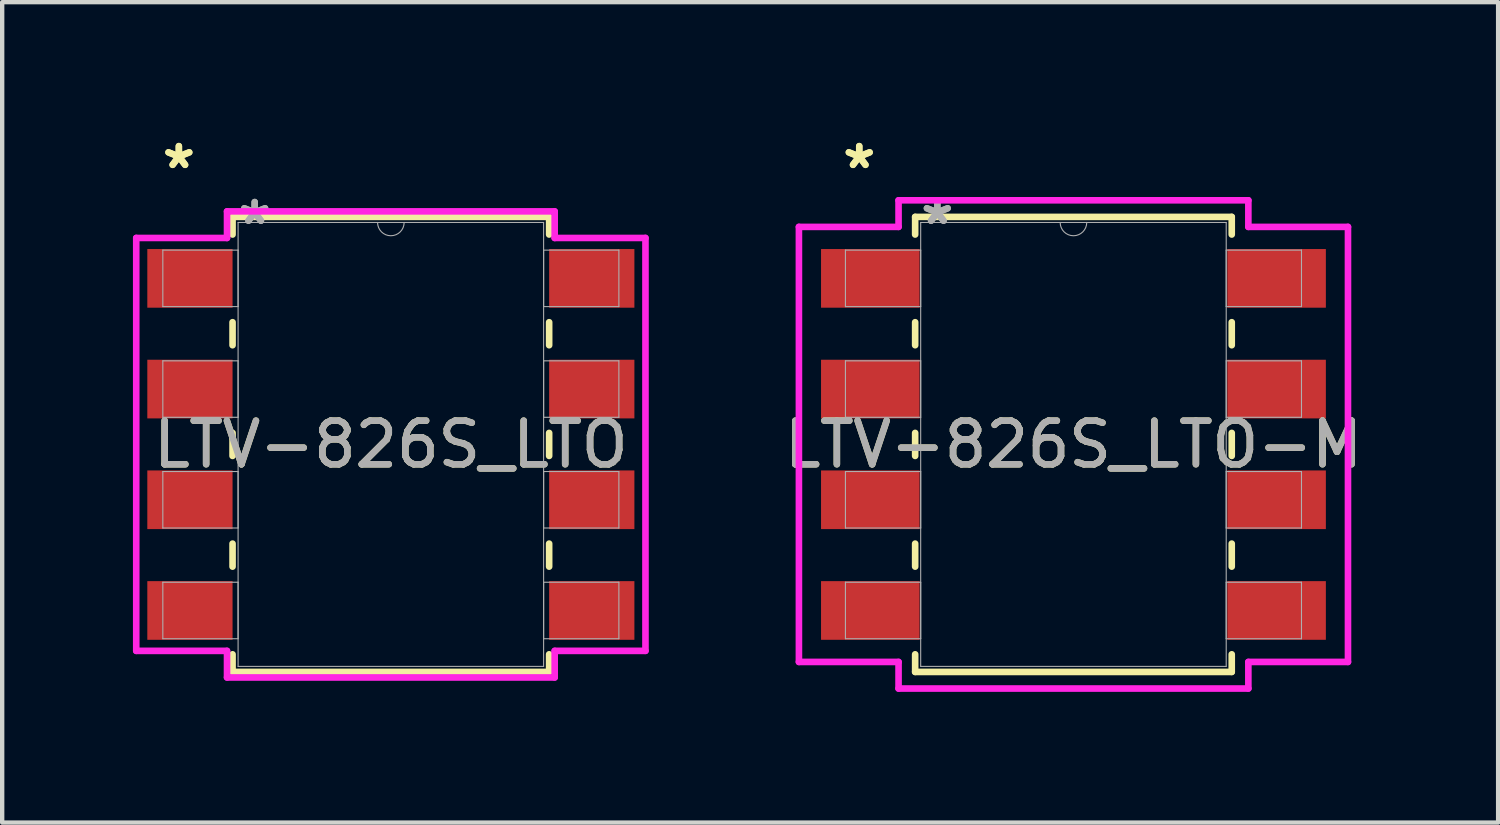
<source format=kicad_pcb>
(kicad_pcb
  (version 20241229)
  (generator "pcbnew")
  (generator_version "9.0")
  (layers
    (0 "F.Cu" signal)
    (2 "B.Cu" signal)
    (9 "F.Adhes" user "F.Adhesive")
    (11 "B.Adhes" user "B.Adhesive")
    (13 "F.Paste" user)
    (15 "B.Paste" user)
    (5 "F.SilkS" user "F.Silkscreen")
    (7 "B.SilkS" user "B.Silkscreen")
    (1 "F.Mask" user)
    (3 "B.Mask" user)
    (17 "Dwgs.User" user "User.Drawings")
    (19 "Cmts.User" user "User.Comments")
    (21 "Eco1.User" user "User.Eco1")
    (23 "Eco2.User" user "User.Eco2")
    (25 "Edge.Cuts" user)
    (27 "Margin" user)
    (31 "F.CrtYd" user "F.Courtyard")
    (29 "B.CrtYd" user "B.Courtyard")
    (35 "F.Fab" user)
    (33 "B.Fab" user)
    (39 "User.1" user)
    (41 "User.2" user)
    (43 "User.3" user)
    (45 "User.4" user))
  (footprint "LTV-826S_LTO-M"
    (layer "F.Cu")
    (at 21.58 7.147)
    (property "Reference" "LTV-826S_LTO-M" (at 0 0 0) (unlocked yes) (layer "F.SilkS") (effects (font (size 1 1) (thickness 0.15))))
    (attr smd)
    (fp_line (start -3.632 -5.22) (end -3.632 -4.816) (stroke (width 0.152) (type solid)) (layer "F.SilkS"))
    (fp_line (start -3.632 -2.804) (end -3.632 -2.276) (stroke (width 0.152) (type solid)) (layer "F.SilkS"))
    (fp_line (start -3.632 -0.264) (end -3.632 0.264) (stroke (width 0.152) (type solid)) (layer "F.SilkS"))
    (fp_line (start -3.632 2.276) (end -3.632 2.804) (stroke (width 0.152) (type solid)) (layer "F.SilkS"))
    (fp_line (start -3.632 4.816) (end -3.632 5.22) (stroke (width 0.152) (type solid)) (layer "F.SilkS"))
    (fp_line (start -3.632 5.22) (end 3.632 5.22) (stroke (width 0.152) (type solid)) (layer "F.SilkS"))
    (fp_line (start 3.632 -5.22) (end -3.632 -5.22) (stroke (width 0.152) (type solid)) (layer "F.SilkS"))
    (fp_line (start 3.632 -4.816) (end 3.632 -5.22) (stroke (width 0.152) (type solid)) (layer "F.SilkS"))
    (fp_line (start 3.632 -2.276) (end 3.632 -2.804) (stroke (width 0.152) (type solid)) (layer "F.SilkS"))
    (fp_line (start 3.632 0.264) (end 3.632 -0.264) (stroke (width 0.152) (type solid)) (layer "F.SilkS"))
    (fp_line (start 3.632 2.804) (end 3.632 2.276) (stroke (width 0.152) (type solid)) (layer "F.SilkS"))
    (fp_line (start 3.632 5.22) (end 3.632 4.816) (stroke (width 0.152) (type solid)) (layer "F.SilkS"))
    (fp_line (start -6.299 -4.991) (end -4.013 -4.991) (stroke (width 0.152) (type solid)) (layer "F.CrtYd"))
    (fp_line (start -6.299 4.991) (end -6.299 -4.991) (stroke (width 0.152) (type solid)) (layer "F.CrtYd"))
    (fp_line (start -6.299 4.991) (end -4.013 4.991) (stroke (width 0.152) (type solid)) (layer "F.CrtYd"))
    (fp_line (start -4.013 -5.601) (end 4.013 -5.601) (stroke (width 0.152) (type solid)) (layer "F.CrtYd"))
    (fp_line (start -4.013 -4.991) (end -4.013 -5.601) (stroke (width 0.152) (type solid)) (layer "F.CrtYd"))
    (fp_line (start -4.013 5.601) (end -4.013 4.991) (stroke (width 0.152) (type solid)) (layer "F.CrtYd"))
    (fp_line (start 4.013 -5.601) (end 4.013 -4.991) (stroke (width 0.152) (type solid)) (layer "F.CrtYd"))
    (fp_line (start 4.013 4.991) (end 4.013 5.601) (stroke (width 0.152) (type solid)) (layer "F.CrtYd"))
    (fp_line (start 4.013 5.601) (end -4.013 5.601) (stroke (width 0.152) (type solid)) (layer "F.CrtYd"))
    (fp_line (start 6.299 -4.991) (end 4.013 -4.991) (stroke (width 0.152) (type solid)) (layer "F.CrtYd"))
    (fp_line (start 6.299 -4.991) (end 6.299 4.991) (stroke (width 0.152) (type solid)) (layer "F.CrtYd"))
    (fp_line (start 6.299 4.991) (end 4.013 4.991) (stroke (width 0.152) (type solid)) (layer "F.CrtYd"))
    (fp_line (start -5.232 -4.458) (end -5.232 -3.162) (stroke (width 0.025) (type solid)) (layer "F.Fab"))
    (fp_line (start -5.232 -3.162) (end -3.505 -3.162) (stroke (width 0.025) (type solid)) (layer "F.Fab"))
    (fp_line (start -5.232 -1.918) (end -5.232 -0.622) (stroke (width 0.025) (type solid)) (layer "F.Fab"))
    (fp_line (start -5.232 -0.622) (end -3.505 -0.622) (stroke (width 0.025) (type solid)) (layer "F.Fab"))
    (fp_line (start -5.232 0.622) (end -5.232 1.918) (stroke (width 0.025) (type solid)) (layer "F.Fab"))
    (fp_line (start -5.232 1.918) (end -3.505 1.918) (stroke (width 0.025) (type solid)) (layer "F.Fab"))
    (fp_line (start -5.232 3.162) (end -5.232 4.458) (stroke (width 0.025) (type solid)) (layer "F.Fab"))
    (fp_line (start -5.232 4.458) (end -3.505 4.458) (stroke (width 0.025) (type solid)) (layer "F.Fab"))
    (fp_line (start -3.505 -5.093) (end -3.505 5.093) (stroke (width 0.025) (type solid)) (layer "F.Fab"))
    (fp_line (start -3.505 -4.458) (end -5.232 -4.458) (stroke (width 0.025) (type solid)) (layer "F.Fab"))
    (fp_line (start -3.505 -3.162) (end -3.505 -4.458) (stroke (width 0.025) (type solid)) (layer "F.Fab"))
    (fp_line (start -3.505 -1.918) (end -5.232 -1.918) (stroke (width 0.025) (type solid)) (layer "F.Fab"))
    (fp_line (start -3.505 -0.622) (end -3.505 -1.918) (stroke (width 0.025) (type solid)) (layer "F.Fab"))
    (fp_line (start -3.505 0.622) (end -5.232 0.622) (stroke (width 0.025) (type solid)) (layer "F.Fab"))
    (fp_line (start -3.505 1.918) (end -3.505 0.622) (stroke (width 0.025) (type solid)) (layer "F.Fab"))
    (fp_line (start -3.505 3.162) (end -5.232 3.162) (stroke (width 0.025) (type solid)) (layer "F.Fab"))
    (fp_line (start -3.505 4.458) (end -3.505 3.162) (stroke (width 0.025) (type solid)) (layer "F.Fab"))
    (fp_line (start -3.505 5.093) (end 3.505 5.093) (stroke (width 0.025) (type solid)) (layer "F.Fab"))
    (fp_line (start 3.505 -5.093) (end -3.505 -5.093) (stroke (width 0.025) (type solid)) (layer "F.Fab"))
    (fp_line (start 3.505 -4.458) (end 3.505 -3.162) (stroke (width 0.025) (type solid)) (layer "F.Fab"))
    (fp_line (start 3.505 -3.162) (end 5.232 -3.162) (stroke (width 0.025) (type solid)) (layer "F.Fab"))
    (fp_line (start 3.505 -1.918) (end 3.505 -0.622) (stroke (width 0.025) (type solid)) (layer "F.Fab"))
    (fp_line (start 3.505 -0.622) (end 5.232 -0.622) (stroke (width 0.025) (type solid)) (layer "F.Fab"))
    (fp_line (start 3.505 0.622) (end 3.505 1.918) (stroke (width 0.025) (type solid)) (layer "F.Fab"))
    (fp_line (start 3.505 1.918) (end 5.232 1.918) (stroke (width 0.025) (type solid)) (layer "F.Fab"))
    (fp_line (start 3.505 3.162) (end 3.505 4.458) (stroke (width 0.025) (type solid)) (layer "F.Fab"))
    (fp_line (start 3.505 4.458) (end 5.232 4.458) (stroke (width 0.025) (type solid)) (layer "F.Fab"))
    (fp_line (start 3.505 5.093) (end 3.505 -5.093) (stroke (width 0.025) (type solid)) (layer "F.Fab"))
    (fp_line (start 5.232 -4.458) (end 3.505 -4.458) (stroke (width 0.025) (type solid)) (layer "F.Fab"))
    (fp_line (start 5.232 -3.162) (end 5.232 -4.458) (stroke (width 0.025) (type solid)) (layer "F.Fab"))
    (fp_line (start 5.232 -1.918) (end 3.505 -1.918) (stroke (width 0.025) (type solid)) (layer "F.Fab"))
    (fp_line (start 5.232 -0.622) (end 5.232 -1.918) (stroke (width 0.025) (type solid)) (layer "F.Fab"))
    (fp_line (start 5.232 0.622) (end 3.505 0.622) (stroke (width 0.025) (type solid)) (layer "F.Fab"))
    (fp_line (start 5.232 1.918) (end 5.232 0.622) (stroke (width 0.025) (type solid)) (layer "F.Fab"))
    (fp_line (start 5.232 3.162) (end 3.505 3.162) (stroke (width 0.025) (type solid)) (layer "F.Fab"))
    (fp_line (start 5.232 4.458) (end 5.232 3.162) (stroke (width 0.025) (type solid)) (layer "F.Fab"))
    (fp_arc (start 0.3048 -5.0927) (mid 0 -4.7879) (end -0.3048 -5.0927) (stroke (width 0.0254) (type solid)) (layer "F.Fab"))
    (fp_text user "*" (at -4.915 -6.299 0) (layer "F.SilkS") (effects (font (size 1 1) (thickness 0.15))))
    (fp_text user "*" (at -4.915 -6.299 0) (unlocked yes) (layer "F.SilkS") (effects (font (size 1 1) (thickness 0.15))))
    (fp_text user "*" (at -3.124 -5.016 0) (layer "F.Fab") (effects (font (size 1 1) (thickness 0.15))))
    (fp_text user "*" (at -3.124 -5.016 0) (unlocked yes) (layer "F.Fab") (effects (font (size 1 1) (thickness 0.15))))
    (fp_text user "${REFERENCE}" (at 0 0 0) (unlocked yes) (layer "F.Fab") (effects (font (size 1 1) (thickness 0.15))))
    (pad "1" smd rect (at -4.661 -3.81) (size 2.261 1.346) (layers "F.Cu" "F.Mask" "F.Paste"))
    (pad "2" smd rect (at -4.661 -1.27) (size 2.261 1.346) (layers "F.Cu" "F.Mask" "F.Paste"))
    (pad "3" smd rect (at -4.661 1.27) (size 2.261 1.346) (layers "F.Cu" "F.Mask" "F.Paste"))
    (pad "4" smd rect (at -4.661 3.81) (size 2.261 1.346) (layers "F.Cu" "F.Mask" "F.Paste"))
    (pad "5" smd rect (at 4.661 3.81) (size 2.261 1.346) (layers "F.Cu" "F.Mask" "F.Paste"))
    (pad "6" smd rect (at 4.661 1.27) (size 2.261 1.346) (layers "F.Cu" "F.Mask" "F.Paste"))
    (pad "7" smd rect (at 4.661 -1.27) (size 2.261 1.346) (layers "F.Cu" "F.Mask" "F.Paste"))
    (pad "8" smd rect (at 4.661 -3.81) (size 2.261 1.346) (layers "F.Cu" "F.Mask" "F.Paste")))
  (footprint "LTV-826S_LTO"
    (layer "F.Cu")
    (at 5.918 7.147)
    (property "Reference" "LTV-826S_LTO" (at 0 0 0) (unlocked yes) (layer "F.SilkS") (effects (font (size 1 1) (thickness 0.15))))
    (attr smd)
    (fp_line (start -3.632 -5.22) (end -3.632 -4.816) (stroke (width 0.152) (type solid)) (layer "F.SilkS"))
    (fp_line (start -3.632 -2.804) (end -3.632 -2.276) (stroke (width 0.152) (type solid)) (layer "F.SilkS"))
    (fp_line (start -3.632 -0.264) (end -3.632 0.264) (stroke (width 0.152) (type solid)) (layer "F.SilkS"))
    (fp_line (start -3.632 2.276) (end -3.632 2.804) (stroke (width 0.152) (type solid)) (layer "F.SilkS"))
    (fp_line (start -3.632 4.816) (end -3.632 5.22) (stroke (width 0.152) (type solid)) (layer "F.SilkS"))
    (fp_line (start -3.632 5.22) (end 3.632 5.22) (stroke (width 0.152) (type solid)) (layer "F.SilkS"))
    (fp_line (start 3.632 -5.22) (end -3.632 -5.22) (stroke (width 0.152) (type solid)) (layer "F.SilkS"))
    (fp_line (start 3.632 -4.816) (end 3.632 -5.22) (stroke (width 0.152) (type solid)) (layer "F.SilkS"))
    (fp_line (start 3.632 -2.276) (end 3.632 -2.804) (stroke (width 0.152) (type solid)) (layer "F.SilkS"))
    (fp_line (start 3.632 0.264) (end 3.632 -0.264) (stroke (width 0.152) (type solid)) (layer "F.SilkS"))
    (fp_line (start 3.632 2.804) (end 3.632 2.276) (stroke (width 0.152) (type solid)) (layer "F.SilkS"))
    (fp_line (start 3.632 5.22) (end 3.632 4.816) (stroke (width 0.152) (type solid)) (layer "F.SilkS"))
    (fp_line (start -5.842 -4.737) (end -3.759 -4.737) (stroke (width 0.152) (type solid)) (layer "F.CrtYd"))
    (fp_line (start -5.842 4.737) (end -5.842 -4.737) (stroke (width 0.152) (type solid)) (layer "F.CrtYd"))
    (fp_line (start -5.842 4.737) (end -3.759 4.737) (stroke (width 0.152) (type solid)) (layer "F.CrtYd"))
    (fp_line (start -3.759 -5.347) (end 3.759 -5.347) (stroke (width 0.152) (type solid)) (layer "F.CrtYd"))
    (fp_line (start -3.759 -4.737) (end -3.759 -5.347) (stroke (width 0.152) (type solid)) (layer "F.CrtYd"))
    (fp_line (start -3.759 5.347) (end -3.759 4.737) (stroke (width 0.152) (type solid)) (layer "F.CrtYd"))
    (fp_line (start 3.759 -5.347) (end 3.759 -4.737) (stroke (width 0.152) (type solid)) (layer "F.CrtYd"))
    (fp_line (start 3.759 4.737) (end 3.759 5.347) (stroke (width 0.152) (type solid)) (layer "F.CrtYd"))
    (fp_line (start 3.759 5.347) (end -3.759 5.347) (stroke (width 0.152) (type solid)) (layer "F.CrtYd"))
    (fp_line (start 5.842 -4.737) (end 3.759 -4.737) (stroke (width 0.152) (type solid)) (layer "F.CrtYd"))
    (fp_line (start 5.842 -4.737) (end 5.842 4.737) (stroke (width 0.152) (type solid)) (layer "F.CrtYd"))
    (fp_line (start 5.842 4.737) (end 3.759 4.737) (stroke (width 0.152) (type solid)) (layer "F.CrtYd"))
    (fp_line (start -5.232 -4.458) (end -5.232 -3.162) (stroke (width 0.025) (type solid)) (layer "F.Fab"))
    (fp_line (start -5.232 -3.162) (end -3.505 -3.162) (stroke (width 0.025) (type solid)) (layer "F.Fab"))
    (fp_line (start -5.232 -1.918) (end -5.232 -0.622) (stroke (width 0.025) (type solid)) (layer "F.Fab"))
    (fp_line (start -5.232 -0.622) (end -3.505 -0.622) (stroke (width 0.025) (type solid)) (layer "F.Fab"))
    (fp_line (start -5.232 0.622) (end -5.232 1.918) (stroke (width 0.025) (type solid)) (layer "F.Fab"))
    (fp_line (start -5.232 1.918) (end -3.505 1.918) (stroke (width 0.025) (type solid)) (layer "F.Fab"))
    (fp_line (start -5.232 3.162) (end -5.232 4.458) (stroke (width 0.025) (type solid)) (layer "F.Fab"))
    (fp_line (start -5.232 4.458) (end -3.505 4.458) (stroke (width 0.025) (type solid)) (layer "F.Fab"))
    (fp_line (start -3.505 -5.093) (end -3.505 5.093) (stroke (width 0.025) (type solid)) (layer "F.Fab"))
    (fp_line (start -3.505 -4.458) (end -5.232 -4.458) (stroke (width 0.025) (type solid)) (layer "F.Fab"))
    (fp_line (start -3.505 -3.162) (end -3.505 -4.458) (stroke (width 0.025) (type solid)) (layer "F.Fab"))
    (fp_line (start -3.505 -1.918) (end -5.232 -1.918) (stroke (width 0.025) (type solid)) (layer "F.Fab"))
    (fp_line (start -3.505 -0.622) (end -3.505 -1.918) (stroke (width 0.025) (type solid)) (layer "F.Fab"))
    (fp_line (start -3.505 0.622) (end -5.232 0.622) (stroke (width 0.025) (type solid)) (layer "F.Fab"))
    (fp_line (start -3.505 1.918) (end -3.505 0.622) (stroke (width 0.025) (type solid)) (layer "F.Fab"))
    (fp_line (start -3.505 3.162) (end -5.232 3.162) (stroke (width 0.025) (type solid)) (layer "F.Fab"))
    (fp_line (start -3.505 4.458) (end -3.505 3.162) (stroke (width 0.025) (type solid)) (layer "F.Fab"))
    (fp_line (start -3.505 5.093) (end 3.505 5.093) (stroke (width 0.025) (type solid)) (layer "F.Fab"))
    (fp_line (start 3.505 -5.093) (end -3.505 -5.093) (stroke (width 0.025) (type solid)) (layer "F.Fab"))
    (fp_line (start 3.505 -4.458) (end 3.505 -3.162) (stroke (width 0.025) (type solid)) (layer "F.Fab"))
    (fp_line (start 3.505 -3.162) (end 5.232 -3.162) (stroke (width 0.025) (type solid)) (layer "F.Fab"))
    (fp_line (start 3.505 -1.918) (end 3.505 -0.622) (stroke (width 0.025) (type solid)) (layer "F.Fab"))
    (fp_line (start 3.505 -0.622) (end 5.232 -0.622) (stroke (width 0.025) (type solid)) (layer "F.Fab"))
    (fp_line (start 3.505 0.622) (end 3.505 1.918) (stroke (width 0.025) (type solid)) (layer "F.Fab"))
    (fp_line (start 3.505 1.918) (end 5.232 1.918) (stroke (width 0.025) (type solid)) (layer "F.Fab"))
    (fp_line (start 3.505 3.162) (end 3.505 4.458) (stroke (width 0.025) (type solid)) (layer "F.Fab"))
    (fp_line (start 3.505 4.458) (end 5.232 4.458) (stroke (width 0.025) (type solid)) (layer "F.Fab"))
    (fp_line (start 3.505 5.093) (end 3.505 -5.093) (stroke (width 0.025) (type solid)) (layer "F.Fab"))
    (fp_line (start 5.232 -4.458) (end 3.505 -4.458) (stroke (width 0.025) (type solid)) (layer "F.Fab"))
    (fp_line (start 5.232 -3.162) (end 5.232 -4.458) (stroke (width 0.025) (type solid)) (layer "F.Fab"))
    (fp_line (start 5.232 -1.918) (end 3.505 -1.918) (stroke (width 0.025) (type solid)) (layer "F.Fab"))
    (fp_line (start 5.232 -0.622) (end 5.232 -1.918) (stroke (width 0.025) (type solid)) (layer "F.Fab"))
    (fp_line (start 5.232 0.622) (end 3.505 0.622) (stroke (width 0.025) (type solid)) (layer "F.Fab"))
    (fp_line (start 5.232 1.918) (end 5.232 0.622) (stroke (width 0.025) (type solid)) (layer "F.Fab"))
    (fp_line (start 5.232 3.162) (end 3.505 3.162) (stroke (width 0.025) (type solid)) (layer "F.Fab"))
    (fp_line (start 5.232 4.458) (end 5.232 3.162) (stroke (width 0.025) (type solid)) (layer "F.Fab"))
    (fp_arc (start 0.3048 -5.0927) (mid 0 -4.7879) (end -0.3048 -5.0927) (stroke (width 0.0254) (type solid)) (layer "F.Fab"))
    (fp_text user "*" (at -4.864 -6.299 0) (layer "F.SilkS") (effects (font (size 1 1) (thickness 0.15))))
    (fp_text user "*" (at -4.864 -6.299 0) (unlocked yes) (layer "F.SilkS") (effects (font (size 1 1) (thickness 0.15))))
    (fp_text user "*" (at -3.124 -5.016 0) (unlocked yes) (layer "F.Fab") (effects (font (size 1 1) (thickness 0.15))))
    (fp_text user "*" (at -3.124 -5.016 0) (layer "F.Fab") (effects (font (size 1 1) (thickness 0.15))))
    (fp_text user "${REFERENCE}" (at 0 0 0) (unlocked yes) (layer "F.Fab") (effects (font (size 1 1) (thickness 0.15))))
    (pad "1" smd rect (at -4.61 -3.81) (size 1.956 1.346) (layers "F.Cu" "F.Mask" "F.Paste"))
    (pad "2" smd rect (at -4.61 -1.27) (size 1.956 1.346) (layers "F.Cu" "F.Mask" "F.Paste"))
    (pad "3" smd rect (at -4.61 1.27) (size 1.956 1.346) (layers "F.Cu" "F.Mask" "F.Paste"))
    (pad "4" smd rect (at -4.61 3.81) (size 1.956 1.346) (layers "F.Cu" "F.Mask" "F.Paste"))
    (pad "5" smd rect (at 4.61 3.81) (size 1.956 1.346) (layers "F.Cu" "F.Mask" "F.Paste"))
    (pad "6" smd rect (at 4.61 1.27) (size 1.956 1.346) (layers "F.Cu" "F.Mask" "F.Paste"))
    (pad "7" smd rect (at 4.61 -1.27) (size 1.956 1.346) (layers "F.Cu" "F.Mask" "F.Paste"))
    (pad "8" smd rect (at 4.61 -3.81) (size 1.956 1.346) (layers "F.Cu" "F.Mask" "F.Paste")))
  (gr_rect
    (start -3 -3)
    (end 31.324 15.824)
    (stroke (width 0.1) (type default))
    (fill no)
    (layer "Edge.Cuts")))
</source>
